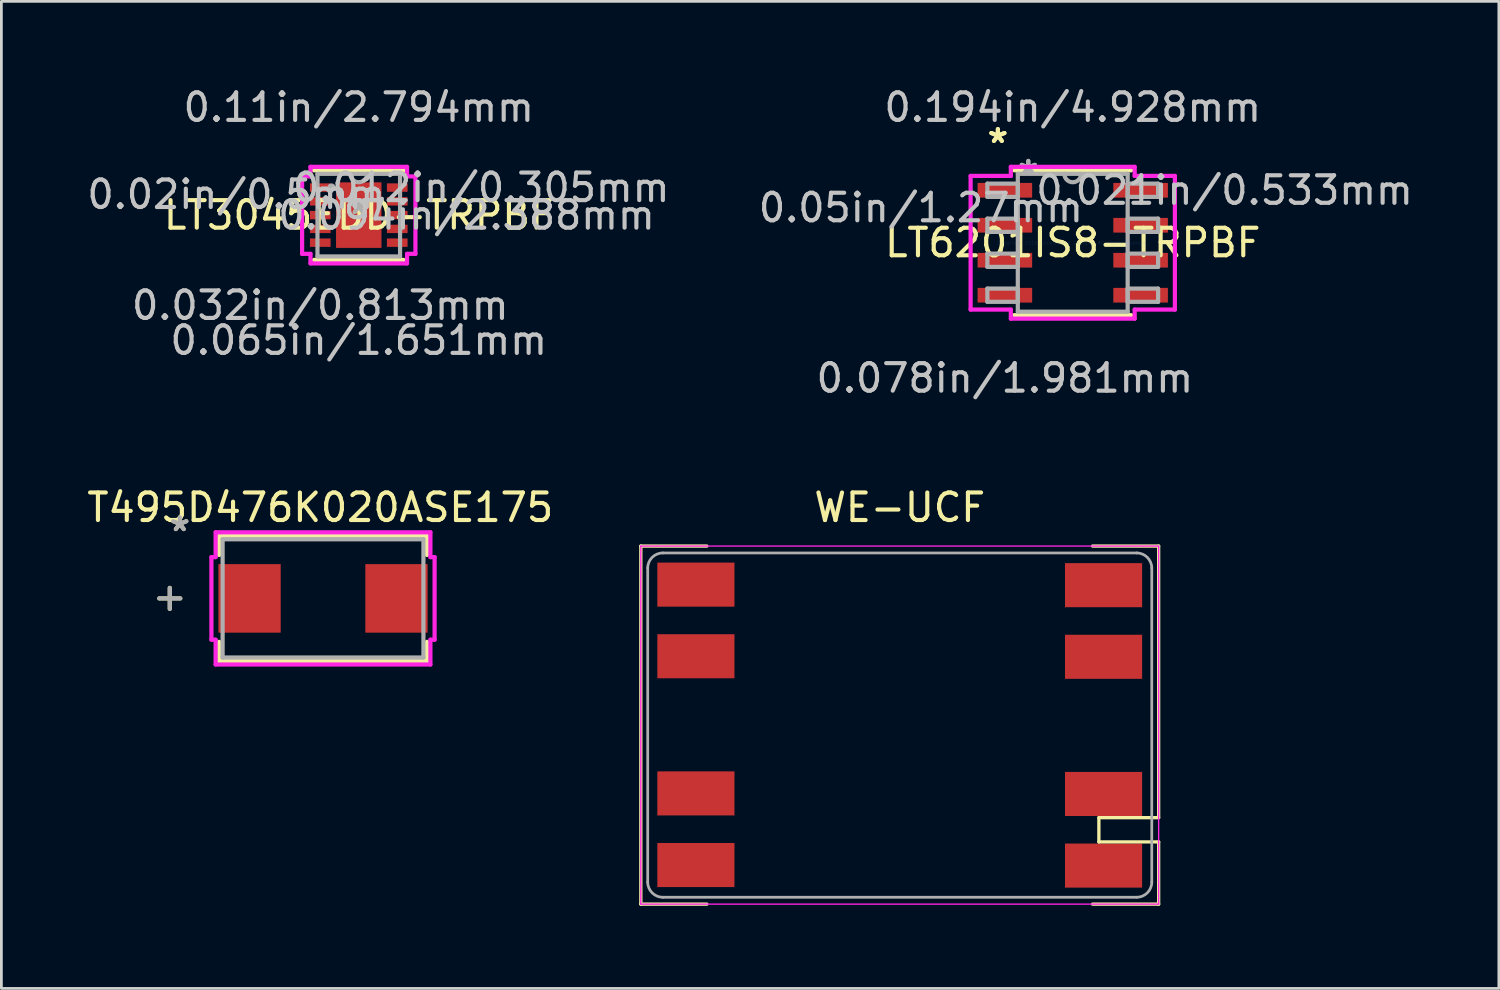
<source format=kicad_pcb>
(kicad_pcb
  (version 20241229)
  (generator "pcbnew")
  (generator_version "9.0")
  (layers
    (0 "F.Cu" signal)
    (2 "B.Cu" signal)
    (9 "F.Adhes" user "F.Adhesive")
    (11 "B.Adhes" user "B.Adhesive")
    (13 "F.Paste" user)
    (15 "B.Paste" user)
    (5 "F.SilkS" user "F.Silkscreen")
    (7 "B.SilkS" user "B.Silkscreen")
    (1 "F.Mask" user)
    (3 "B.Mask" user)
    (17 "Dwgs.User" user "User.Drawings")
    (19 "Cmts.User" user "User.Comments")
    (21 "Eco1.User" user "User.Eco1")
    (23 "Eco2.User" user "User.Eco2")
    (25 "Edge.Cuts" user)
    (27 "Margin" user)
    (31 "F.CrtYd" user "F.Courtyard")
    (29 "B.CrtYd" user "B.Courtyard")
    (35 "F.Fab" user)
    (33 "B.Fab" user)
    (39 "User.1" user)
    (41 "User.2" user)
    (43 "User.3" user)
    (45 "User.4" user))
  (footprint "T495D476K020ASE175"
    (layer "F.Cu")
    (at 8.677 18.675)
    (property "Reference" "T495D476K020ASE175" (at -0.1 -3.3 0) (layer "F.SilkS") (effects (font (size 1 1) (thickness 0.15))))
    (attr through_hole)
    (fp_line (start -5.563 -0.381) (end -5.563 0.381) (stroke (width 0.152) (type solid)) (layer "F.SilkS"))
    (fp_line (start -5.182 0) (end -5.944 0) (stroke (width 0.152) (type solid)) (layer "F.SilkS"))
    (fp_line (start -3.772 -2.273) (end -3.772 -1.577) (stroke (width 0.152) (type solid)) (layer "F.SilkS"))
    (fp_line (start -3.772 1.577) (end -3.772 2.273) (stroke (width 0.152) (type solid)) (layer "F.SilkS"))
    (fp_line (start -3.772 2.273) (end 3.772 2.273) (stroke (width 0.152) (type solid)) (layer "F.SilkS"))
    (fp_line (start 3.772 -2.273) (end -3.772 -2.273) (stroke (width 0.152) (type solid)) (layer "F.SilkS"))
    (fp_line (start 3.772 -1.577) (end 3.772 -2.273) (stroke (width 0.152) (type solid)) (layer "F.SilkS"))
    (fp_line (start 3.772 2.273) (end 3.772 1.577) (stroke (width 0.152) (type solid)) (layer "F.SilkS"))
    (fp_line (start -4.051 -1.499) (end -3.899 -1.499) (stroke (width 0.152) (type solid)) (layer "F.CrtYd"))
    (fp_line (start -4.051 1.499) (end -4.051 -1.499) (stroke (width 0.152) (type solid)) (layer "F.CrtYd"))
    (fp_line (start -3.899 -2.4) (end 3.899 -2.4) (stroke (width 0.152) (type solid)) (layer "F.CrtYd"))
    (fp_line (start -3.899 -1.499) (end -3.899 -2.4) (stroke (width 0.152) (type solid)) (layer "F.CrtYd"))
    (fp_line (start -3.899 1.499) (end -4.051 1.499) (stroke (width 0.152) (type solid)) (layer "F.CrtYd"))
    (fp_line (start -3.899 2.4) (end -3.899 1.499) (stroke (width 0.152) (type solid)) (layer "F.CrtYd"))
    (fp_line (start 3.899 -2.4) (end 3.899 -1.499) (stroke (width 0.152) (type solid)) (layer "F.CrtYd"))
    (fp_line (start 3.899 -1.499) (end 4.051 -1.499) (stroke (width 0.152) (type solid)) (layer "F.CrtYd"))
    (fp_line (start 3.899 1.499) (end 3.899 2.4) (stroke (width 0.152) (type solid)) (layer "F.CrtYd"))
    (fp_line (start 3.899 2.4) (end -3.899 2.4) (stroke (width 0.152) (type solid)) (layer "F.CrtYd"))
    (fp_line (start 4.051 -1.499) (end 4.051 1.499) (stroke (width 0.152) (type solid)) (layer "F.CrtYd"))
    (fp_line (start 4.051 1.499) (end 3.899 1.499) (stroke (width 0.152) (type solid)) (layer "F.CrtYd"))
    (fp_line (start -5.563 -0.381) (end -5.563 0.381) (stroke (width 0.152) (type solid)) (layer "F.Fab"))
    (fp_line (start -5.182 0) (end -5.944 0) (stroke (width 0.152) (type solid)) (layer "F.Fab"))
    (fp_line (start -3.645 -2.146) (end -3.645 2.146) (stroke (width 0.152) (type solid)) (layer "F.Fab"))
    (fp_line (start -3.645 2.146) (end 3.645 2.146) (stroke (width 0.152) (type solid)) (layer "F.Fab"))
    (fp_line (start 3.645 -2.146) (end -3.645 -2.146) (stroke (width 0.152) (type solid)) (layer "F.Fab"))
    (fp_line (start 3.645 2.146) (end 3.645 -2.146) (stroke (width 0.152) (type solid)) (layer "F.Fab"))
    (fp_text user "*" (at -5.2 -2.4 0) (layer "F.SilkS") (effects (font (size 1 1) (thickness 0.15))))
    (fp_text user "*" (at -5.2 -2.4 0) (layer "F.Fab") (effects (font (size 1 1) (thickness 0.15))))
    (pad "1" smd rect (at -2.667 0 90) (size 2.489 2.261) (layers "F.Cu" "F.Mask" "F.Paste"))
    (pad "2" smd rect (at 2.667 0 90) (size 2.489 2.261) (layers "F.Cu" "F.Mask" "F.Paste")))
  (footprint "LT6201IS8-TRPBF"
    (layer "F.Cu")
    (at 35.896 5.763)
    (property "Reference" "LT6201IS8-TRPBF" (at 0 0 0) (layer "F.SilkS") (effects (font (size 1 1) (thickness 0.15))))
    (attr through_hole)
    (fp_line (start -2.121 2.629) (end 2.121 2.629) (stroke (width 0.152) (type solid)) (layer "F.SilkS"))
    (fp_line (start 2.121 -2.629) (end -2.121 -2.629) (stroke (width 0.152) (type solid)) (layer "F.SilkS"))
    (fp_line (start -3.708 -2.426) (end -2.248 -2.426) (stroke (width 0.152) (type solid)) (layer "F.CrtYd"))
    (fp_line (start -3.708 2.426) (end -3.708 -2.426) (stroke (width 0.152) (type solid)) (layer "F.CrtYd"))
    (fp_line (start -2.248 -2.756) (end 2.248 -2.756) (stroke (width 0.152) (type solid)) (layer "F.CrtYd"))
    (fp_line (start -2.248 -2.426) (end -2.248 -2.756) (stroke (width 0.152) (type solid)) (layer "F.CrtYd"))
    (fp_line (start -2.248 2.426) (end -3.708 2.426) (stroke (width 0.152) (type solid)) (layer "F.CrtYd"))
    (fp_line (start -2.248 2.756) (end -2.248 2.426) (stroke (width 0.152) (type solid)) (layer "F.CrtYd"))
    (fp_line (start 2.248 -2.756) (end 2.248 -2.426) (stroke (width 0.152) (type solid)) (layer "F.CrtYd"))
    (fp_line (start 2.248 -2.426) (end 3.708 -2.426) (stroke (width 0.152) (type solid)) (layer "F.CrtYd"))
    (fp_line (start 2.248 2.426) (end 2.248 2.756) (stroke (width 0.152) (type solid)) (layer "F.CrtYd"))
    (fp_line (start 2.248 2.756) (end -2.248 2.756) (stroke (width 0.152) (type solid)) (layer "F.CrtYd"))
    (fp_line (start 3.708 -2.426) (end 3.708 2.426) (stroke (width 0.152) (type solid)) (layer "F.CrtYd"))
    (fp_line (start 3.708 2.426) (end 2.248 2.426) (stroke (width 0.152) (type solid)) (layer "F.CrtYd"))
    (fp_line (start -3.099 -2.146) (end -3.099 -1.664) (stroke (width 0.152) (type solid)) (layer "F.Fab"))
    (fp_line (start -3.099 -1.664) (end -1.994 -1.664) (stroke (width 0.152) (type solid)) (layer "F.Fab"))
    (fp_line (start -3.099 -0.876) (end -3.099 -0.394) (stroke (width 0.152) (type solid)) (layer "F.Fab"))
    (fp_line (start -3.099 -0.394) (end -1.994 -0.394) (stroke (width 0.152) (type solid)) (layer "F.Fab"))
    (fp_line (start -3.099 0.394) (end -3.099 0.876) (stroke (width 0.152) (type solid)) (layer "F.Fab"))
    (fp_line (start -3.099 0.876) (end -1.994 0.876) (stroke (width 0.152) (type solid)) (layer "F.Fab"))
    (fp_line (start -3.099 1.664) (end -3.099 2.146) (stroke (width 0.152) (type solid)) (layer "F.Fab"))
    (fp_line (start -3.099 2.146) (end -1.994 2.146) (stroke (width 0.152) (type solid)) (layer "F.Fab"))
    (fp_line (start -1.994 -2.502) (end -1.994 2.502) (stroke (width 0.152) (type solid)) (layer "F.Fab"))
    (fp_line (start -1.994 -2.146) (end -3.099 -2.146) (stroke (width 0.152) (type solid)) (layer "F.Fab"))
    (fp_line (start -1.994 -1.664) (end -1.994 -2.146) (stroke (width 0.152) (type solid)) (layer "F.Fab"))
    (fp_line (start -1.994 -0.876) (end -3.099 -0.876) (stroke (width 0.152) (type solid)) (layer "F.Fab"))
    (fp_line (start -1.994 -0.394) (end -1.994 -0.876) (stroke (width 0.152) (type solid)) (layer "F.Fab"))
    (fp_line (start -1.994 0.394) (end -3.099 0.394) (stroke (width 0.152) (type solid)) (layer "F.Fab"))
    (fp_line (start -1.994 0.876) (end -1.994 0.394) (stroke (width 0.152) (type solid)) (layer "F.Fab"))
    (fp_line (start -1.994 1.664) (end -3.099 1.664) (stroke (width 0.152) (type solid)) (layer "F.Fab"))
    (fp_line (start -1.994 2.146) (end -1.994 1.664) (stroke (width 0.152) (type solid)) (layer "F.Fab"))
    (fp_line (start -1.994 2.502) (end 1.994 2.502) (stroke (width 0.152) (type solid)) (layer "F.Fab"))
    (fp_line (start 1.994 -2.502) (end -1.994 -2.502) (stroke (width 0.152) (type solid)) (layer "F.Fab"))
    (fp_line (start 1.994 -2.146) (end 1.994 -1.664) (stroke (width 0.152) (type solid)) (layer "F.Fab"))
    (fp_line (start 1.994 -1.664) (end 3.099 -1.664) (stroke (width 0.152) (type solid)) (layer "F.Fab"))
    (fp_line (start 1.994 -0.876) (end 1.994 -0.394) (stroke (width 0.152) (type solid)) (layer "F.Fab"))
    (fp_line (start 1.994 -0.394) (end 3.099 -0.394) (stroke (width 0.152) (type solid)) (layer "F.Fab"))
    (fp_line (start 1.994 0.394) (end 1.994 0.876) (stroke (width 0.152) (type solid)) (layer "F.Fab"))
    (fp_line (start 1.994 0.876) (end 3.099 0.876) (stroke (width 0.152) (type solid)) (layer "F.Fab"))
    (fp_line (start 1.994 1.664) (end 1.994 2.146) (stroke (width 0.152) (type solid)) (layer "F.Fab"))
    (fp_line (start 1.994 2.146) (end 3.099 2.146) (stroke (width 0.152) (type solid)) (layer "F.Fab"))
    (fp_line (start 1.994 2.502) (end 1.994 -2.502) (stroke (width 0.152) (type solid)) (layer "F.Fab"))
    (fp_line (start 3.099 -2.146) (end 1.994 -2.146) (stroke (width 0.152) (type solid)) (layer "F.Fab"))
    (fp_line (start 3.099 -1.664) (end 3.099 -2.146) (stroke (width 0.152) (type solid)) (layer "F.Fab"))
    (fp_line (start 3.099 -0.876) (end 1.994 -0.876) (stroke (width 0.152) (type solid)) (layer "F.Fab"))
    (fp_line (start 3.099 -0.394) (end 3.099 -0.876) (stroke (width 0.152) (type solid)) (layer "F.Fab"))
    (fp_line (start 3.099 0.394) (end 1.994 0.394) (stroke (width 0.152) (type solid)) (layer "F.Fab"))
    (fp_line (start 3.099 0.876) (end 3.099 0.394) (stroke (width 0.152) (type solid)) (layer "F.Fab"))
    (fp_line (start 3.099 1.664) (end 1.994 1.664) (stroke (width 0.152) (type solid)) (layer "F.Fab"))
    (fp_line (start 3.099 2.146) (end 3.099 1.664) (stroke (width 0.152) (type solid)) (layer "F.Fab"))
    (fp_arc (start 0.3048 -2.5019) (mid 0 -2.1971) (end -0.3048 -2.5019) (stroke (width 0.1524) (type solid)) (layer "F.Fab"))
    (fp_text user "*" (at -2.718 -3.581 0) (layer "F.SilkS") (effects (font (size 1 1) (thickness 0.15))))
    (fp_text user "*" (at -2.718 -3.581 0) (layer "F.SilkS") (effects (font (size 1 1) (thickness 0.15))))
    (fp_text user "0.05in/1.27mm" (at -5.512 -1.27 0) (layer "Dwgs.User") (effects (font (size 1 1) (thickness 0.15))))
    (fp_text user "0.021in/0.533mm" (at 5.512 -1.905 0) (layer "Dwgs.User") (effects (font (size 1 1) (thickness 0.15))))
    (fp_text user "0.078in/1.981mm" (at -2.464 4.915 0) (layer "Dwgs.User") (effects (font (size 1 1) (thickness 0.15))))
    (fp_text user "0.194in/4.928mm" (at 0 -4.915 0) (layer "Dwgs.User") (effects (font (size 1 1) (thickness 0.15))))
    (fp_text user "Copyright 2016 Accelerated Designs. All rights reserved." (at 0 0 0) (layer "Cmts.User") (effects (font (size 0.127 0.127) (thickness 0.002))))
    (fp_text user "*" (at -1.613 -2.426 0) (layer "F.Fab") (effects (font (size 1 1) (thickness 0.15))))
    (fp_text user "*" (at -1.613 -2.426 0) (layer "F.Fab") (effects (font (size 1 1) (thickness 0.15))))
    (pad "1" smd rect (at -2.464 -1.905) (size 1.981 0.533) (layers "F.Cu" "F.Mask" "F.Paste"))
    (pad "2" smd rect (at -2.464 -0.635) (size 1.981 0.533) (layers "F.Cu" "F.Mask" "F.Paste"))
    (pad "3" smd rect (at -2.464 0.635) (size 1.981 0.533) (layers "F.Cu" "F.Mask" "F.Paste"))
    (pad "4" smd rect (at -2.464 1.905) (size 1.981 0.533) (layers "F.Cu" "F.Mask" "F.Paste"))
    (pad "5" smd rect (at 2.464 1.905) (size 1.981 0.533) (layers "F.Cu" "F.Mask" "F.Paste"))
    (pad "6" smd rect (at 2.464 0.635) (size 1.981 0.533) (layers "F.Cu" "F.Mask" "F.Paste"))
    (pad "7" smd rect (at 2.464 -0.635) (size 1.981 0.533) (layers "F.Cu" "F.Mask" "F.Paste"))
    (pad "8" smd rect (at 2.464 -1.905) (size 1.981 0.533) (layers "F.Cu" "F.Mask" "F.Paste")))
  (footprint "WE-UCF"
    (layer "F.Cu")
    (at 29.615 23.275)
    (property "Reference" "WE-UCF" (at 0 -7.9 0) (layer "F.SilkS") (effects (font (size 1 1) (thickness 0.15))))
    (attr smd)
    (fp_line (start -9.4 -6.5) (end -7 -6.5) (stroke (width 0.12) (type solid)) (layer "F.SilkS"))
    (fp_line (start -9.4 6.5) (end -9.4 -6.5) (stroke (width 0.12) (type solid)) (layer "F.SilkS"))
    (fp_line (start -7 6.5) (end -9.4 6.5) (stroke (width 0.12) (type solid)) (layer "F.SilkS"))
    (fp_line (start 7 -6.5) (end 9.4 -6.5) (stroke (width 0.12) (type solid)) (layer "F.SilkS"))
    (fp_line (start 7.23 3.36) (end 7.23 4.24) (stroke (width 0.12) (type solid)) (layer "F.SilkS"))
    (fp_line (start 7.23 4.24) (end 9.4 4.24) (stroke (width 0.12) (type solid)) (layer "F.SilkS"))
    (fp_line (start 9.4 -6.5) (end 9.4 3.36) (stroke (width 0.12) (type solid)) (layer "F.SilkS"))
    (fp_line (start 9.4 3.36) (end 7.23 3.36) (stroke (width 0.12) (type solid)) (layer "F.SilkS"))
    (fp_line (start 9.4 4.24) (end 9.4 6.5) (stroke (width 0.12) (type solid)) (layer "F.SilkS"))
    (fp_line (start 9.4 6.5) (end 7 6.5) (stroke (width 0.12) (type solid)) (layer "F.SilkS"))
    (fp_line (start -9.4 -6.5) (end 9.4 -6.5) (stroke (width 0.05) (type solid)) (layer "F.CrtYd"))
    (fp_line (start -9.4 6.5) (end -9.4 -6.5) (stroke (width 0.05) (type solid)) (layer "F.CrtYd"))
    (fp_line (start 9.4 -6.5) (end 9.4 6.5) (stroke (width 0.05) (type solid)) (layer "F.CrtYd"))
    (fp_line (start 9.4 6.5) (end -9.4 6.5) (stroke (width 0.05) (type solid)) (layer "F.CrtYd"))
    (fp_line (start -9.15 -5.7) (end -9.15 5.7) (stroke (width 0.1) (type solid)) (layer "F.Fab"))
    (fp_line (start -8.6 6.25) (end 8.6 6.25) (stroke (width 0.1) (type solid)) (layer "F.Fab"))
    (fp_line (start 8.6 -6.25) (end -8.6 -6.25) (stroke (width 0.1) (type solid)) (layer "F.Fab"))
    (fp_line (start 9.15 -5.7) (end 9.15 5.7) (stroke (width 0.1) (type solid)) (layer "F.Fab"))
    (fp_arc (start -9.15 -5.7) (mid -8.988909 -6.088909) (end -8.6 -6.25) (stroke (width 0.1) (type solid)) (layer "F.Fab"))
    (fp_arc (start -8.6 6.25) (mid -8.988909 6.088909) (end -9.15 5.7) (stroke (width 0.1) (type solid)) (layer "F.Fab"))
    (fp_arc (start 8.6 -6.25) (mid 8.988909 -6.088909) (end 9.15 -5.7) (stroke (width 0.1) (type solid)) (layer "F.Fab"))
    (fp_arc (start 9.15 5.7) (mid 8.988909 6.088909) (end 8.6 6.25) (stroke (width 0.1) (type solid)) (layer "F.Fab"))
    (pad "1" smd rect (at 7.4 5.1 90) (size 1.6 2.8) (layers "F.Cu" "F.Mask" "F.Paste"))
    (pad "2" smd rect (at 7.4 2.5 90) (size 1.6 2.8) (layers "F.Cu" "F.Mask" "F.Paste"))
    (pad "4" smd rect (at 7.4 -2.48 270) (size 1.6 2.8) (layers "F.Cu" "F.Mask" "F.Paste"))
    (pad "5" smd rect (at 7.4 -5.08 270) (size 1.6 2.8) (layers "F.Cu" "F.Mask" "F.Paste"))
    (pad "6" smd rect (at -7.4 -5.1 270) (size 1.6 2.8) (layers "F.Cu" "F.Mask" "F.Paste"))
    (pad "7" smd rect (at -7.4 -2.5 270) (size 1.6 2.8) (layers "F.Cu" "F.Mask" "F.Paste"))
    (pad "9" smd rect (at -7.4 2.48 90) (size 1.6 2.8) (layers "F.Cu" "F.Mask" "F.Paste"))
    (pad "10" smd rect (at -7.4 5.08 90) (size 1.6 2.8) (layers "F.Cu" "F.Mask" "F.Paste")))
  (footprint "LT3045EDD-TRPBF"
    (layer "F.Cu")
    (at 9.975 4.76)
    (property "Reference" "LT3045EDD-TRPBF" (at 0 0 0) (layer "F.SilkS") (effects (font (size 1 1) (thickness 0.15))))
    (attr through_hole)
    (fp_line (start -1.626 1.626) (end 1.626 1.626) (stroke (width 0.152) (type solid)) (layer "F.SilkS"))
    (fp_line (start 1.626 -1.626) (end -1.626 -1.626) (stroke (width 0.152) (type solid)) (layer "F.SilkS"))
    (fp_arc (start -2.155 -1.0762) (mid -2.081171 -0.98114) (end -2.191546 -0.933136) (stroke (width 0.1524) (type solid)) (layer "F.SilkS"))
    (fp_line (start -0.826 -1.194) (end -0.826 1.194) (stroke (width 0.152) (type solid)) (layer "F.Paste"))
    (fp_line (start -0.826 1.194) (end 0.826 1.194) (stroke (width 0.152) (type solid)) (layer "F.Paste"))
    (fp_line (start 0.826 -1.194) (end -0.826 -1.194) (stroke (width 0.152) (type solid)) (layer "F.Paste"))
    (fp_line (start 0.826 1.194) (end 0.826 -1.194) (stroke (width 0.152) (type solid)) (layer "F.Paste"))
    (fp_line (start -2.057 -1.406) (end -1.753 -1.406) (stroke (width 0.152) (type solid)) (layer "F.CrtYd"))
    (fp_line (start -2.057 1.406) (end -2.057 -1.406) (stroke (width 0.152) (type solid)) (layer "F.CrtYd"))
    (fp_line (start -1.753 -1.753) (end 1.753 -1.753) (stroke (width 0.152) (type solid)) (layer "F.CrtYd"))
    (fp_line (start -1.753 -1.406) (end -1.753 -1.753) (stroke (width 0.152) (type solid)) (layer "F.CrtYd"))
    (fp_line (start -1.753 1.406) (end -2.057 1.406) (stroke (width 0.152) (type solid)) (layer "F.CrtYd"))
    (fp_line (start -1.753 1.753) (end -1.753 1.406) (stroke (width 0.152) (type solid)) (layer "F.CrtYd"))
    (fp_line (start 1.753 -1.753) (end 1.753 -1.406) (stroke (width 0.152) (type solid)) (layer "F.CrtYd"))
    (fp_line (start 1.753 -1.406) (end 2.057 -1.406) (stroke (width 0.152) (type solid)) (layer "F.CrtYd"))
    (fp_line (start 1.753 1.406) (end 1.753 1.753) (stroke (width 0.152) (type solid)) (layer "F.CrtYd"))
    (fp_line (start 1.753 1.753) (end -1.753 1.753) (stroke (width 0.152) (type solid)) (layer "F.CrtYd"))
    (fp_line (start 2.057 -1.406) (end 2.057 1.406) (stroke (width 0.152) (type solid)) (layer "F.CrtYd"))
    (fp_line (start 2.057 1.406) (end 1.753 1.406) (stroke (width 0.152) (type solid)) (layer "F.CrtYd"))
    (fp_line (start -1.499 -1.499) (end -1.499 1.499) (stroke (width 0.152) (type solid)) (layer "F.Fab"))
    (fp_line (start -1.499 1.499) (end 1.499 1.499) (stroke (width 0.152) (type solid)) (layer "F.Fab"))
    (fp_line (start 1.499 -1.499) (end -1.499 -1.499) (stroke (width 0.152) (type solid)) (layer "F.Fab"))
    (fp_line (start 1.499 1.499) (end 1.499 -1.499) (stroke (width 0.152) (type solid)) (layer "F.Fab"))
    (fp_arc (start 0.3048 -1.4986) (mid 0 -1.1938) (end -0.3048 -1.4986) (stroke (width 0.1524) (type solid)) (layer "F.Fab"))
    (fp_circle (center -0.991 -1) (end -0.914 -1) (stroke (width 0.152) (type solid)) (fill no) (layer "F.Fab"))
    (fp_text user "*" (at 0 0 0) (layer "F.SilkS") (effects (font (size 1 1) (thickness 0.15))))
    (fp_text user "0.02in/0.5mm" (at -4.445 -0.75 0) (layer "Dwgs.User") (effects (font (size 1 1) (thickness 0.15))))
    (fp_text user "0.032in/0.813mm" (at -1.397 3.277 0) (layer "Dwgs.User") (effects (font (size 1 1) (thickness 0.15))))
    (fp_text user "0.012in/0.305mm" (at 4.445 -1 0) (layer "Dwgs.User") (effects (font (size 1 1) (thickness 0.15))))
    (fp_text user "0.065in/1.651mm" (at 0 4.547 0) (layer "Dwgs.User") (effects (font (size 1 1) (thickness 0.15))))
    (fp_text user "0.11in/2.794mm" (at 0 -3.912 0) (layer "Dwgs.User") (effects (font (size 1 1) (thickness 0.15))))
    (fp_text user "0.094in/2.388mm" (at 3.912 0 0) (layer "Dwgs.User") (effects (font (size 1 1) (thickness 0.15))))
    (fp_text user "Copyright 2016 Accelerated Designs. All rights reserved." (at 0 0 0) (layer "Cmts.User") (effects (font (size 0.127 0.127) (thickness 0.002))))
    (fp_text user "*" (at 0 0 0) (layer "F.Fab") (effects (font (size 1 1) (thickness 0.15))))
    (pad "1" smd rect (at -1.397 -1) (size 0.75 0.305) (layers "F.Cu" "F.Mask" "F.Paste"))
    (pad "2" smd rect (at -1.397 -0.5) (size 0.75 0.305) (layers "F.Cu" "F.Mask" "F.Paste"))
    (pad "3" smd rect (at -1.397 0) (size 0.75 0.305) (layers "F.Cu" "F.Mask" "F.Paste"))
    (pad "4" smd rect (at -1.397 0.5) (size 0.75 0.305) (layers "F.Cu" "F.Mask" "F.Paste"))
    (pad "5" smd rect (at -1.397 1) (size 0.75 0.305) (layers "F.Cu" "F.Mask" "F.Paste"))
    (pad "6" smd rect (at 1.397 1) (size 0.75 0.305) (layers "F.Cu" "F.Mask" "F.Paste"))
    (pad "7" smd rect (at 1.397 0.5) (size 0.75 0.305) (layers "F.Cu" "F.Mask" "F.Paste"))
    (pad "8" smd rect (at 1.397 0) (size 0.75 0.305) (layers "F.Cu" "F.Mask" "F.Paste"))
    (pad "9" smd rect (at 1.397 -0.5) (size 0.75 0.305) (layers "F.Cu" "F.Mask" "F.Paste"))
    (pad "10" smd rect (at 1.397 -1) (size 0.75 0.305) (layers "F.Cu" "F.Mask" "F.Paste"))
    (pad "11" smd rect (at 0 0) (size 1.65 2.38) (layers "F.Cu" "F.Mask" "F.Paste")))
  (gr_rect
    (start -3 -3)
    (end 51.366 32.835)
    (stroke (width 0.1) (type default))
    (fill no)
    (layer "Edge.Cuts")))
</source>
